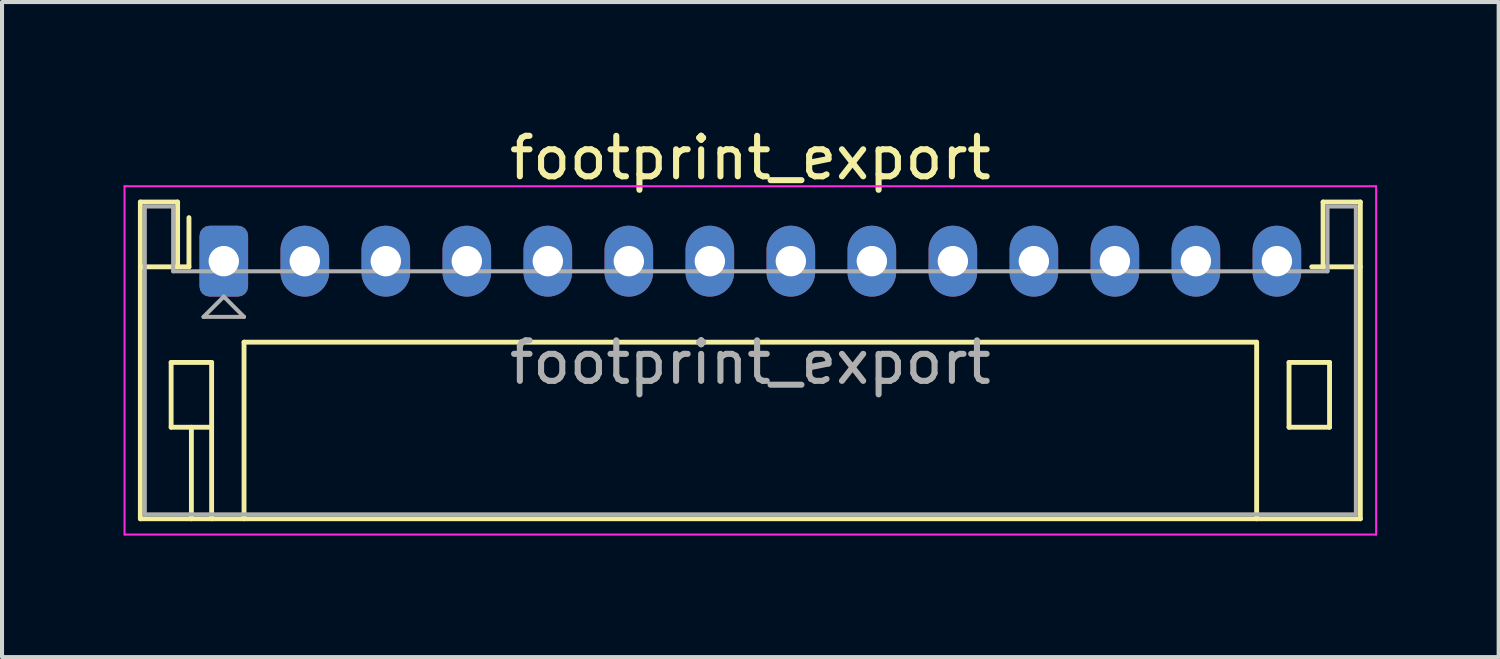
<source format=kicad_pcb>
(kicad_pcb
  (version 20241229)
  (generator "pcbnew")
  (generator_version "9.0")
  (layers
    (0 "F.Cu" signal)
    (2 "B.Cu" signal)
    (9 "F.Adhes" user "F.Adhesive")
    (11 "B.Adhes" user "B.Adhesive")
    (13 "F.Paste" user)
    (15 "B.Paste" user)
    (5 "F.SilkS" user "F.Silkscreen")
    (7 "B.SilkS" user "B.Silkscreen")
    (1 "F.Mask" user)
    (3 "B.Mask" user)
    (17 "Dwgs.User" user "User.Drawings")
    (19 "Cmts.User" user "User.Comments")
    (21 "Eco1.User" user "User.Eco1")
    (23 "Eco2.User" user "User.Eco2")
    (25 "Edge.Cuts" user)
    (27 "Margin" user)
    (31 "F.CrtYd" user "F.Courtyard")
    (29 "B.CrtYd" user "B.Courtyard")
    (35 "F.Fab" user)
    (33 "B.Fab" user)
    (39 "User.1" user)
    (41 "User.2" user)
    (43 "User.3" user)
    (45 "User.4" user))
  (footprint "footprint_export"
    (layer "F.Cu")
    (at 2.475 3.398)
    (property "Reference" "footprint_export" (at 13 -2.55 0) (layer "F.SilkS") (effects (font (size 1 1) (thickness 0.15))))
    (attr through_hole)
    (fp_line (start -2.06 -1.46) (end -2.06 6.36) (stroke (width 0.12) (type solid)) (layer "F.SilkS"))
    (fp_line (start -2.06 0.14) (end -1.14 0.14) (stroke (width 0.12) (type solid)) (layer "F.SilkS"))
    (fp_line (start -2.06 6.36) (end 28.06 6.36) (stroke (width 0.12) (type solid)) (layer "F.SilkS"))
    (fp_line (start -1.3 2.5) (end -1.3 4.1) (stroke (width 0.12) (type solid)) (layer "F.SilkS"))
    (fp_line (start -1.3 4.1) (end -0.3 4.1) (stroke (width 0.12) (type solid)) (layer "F.SilkS"))
    (fp_line (start -1.14 -1.46) (end -2.06 -1.46) (stroke (width 0.12) (type solid)) (layer "F.SilkS"))
    (fp_line (start -1.14 0.14) (end -1.14 -1.46) (stroke (width 0.12) (type solid)) (layer "F.SilkS"))
    (fp_line (start -0.86 0.14) (end -1.14 0.14) (stroke (width 0.12) (type solid)) (layer "F.SilkS"))
    (fp_line (start -0.86 0.14) (end -0.86 -1.075) (stroke (width 0.12) (type solid)) (layer "F.SilkS"))
    (fp_line (start -0.8 4.1) (end -0.8 6.36) (stroke (width 0.12) (type solid)) (layer "F.SilkS"))
    (fp_line (start -0.3 2.5) (end -1.3 2.5) (stroke (width 0.12) (type solid)) (layer "F.SilkS"))
    (fp_line (start -0.3 4.1) (end -0.3 2.5) (stroke (width 0.12) (type solid)) (layer "F.SilkS"))
    (fp_line (start -0.3 4.1) (end -0.3 6.36) (stroke (width 0.12) (type solid)) (layer "F.SilkS"))
    (fp_line (start 0.5 2) (end 25.5 2) (stroke (width 0.12) (type solid)) (layer "F.SilkS"))
    (fp_line (start 0.5 6.36) (end 0.5 2) (stroke (width 0.12) (type solid)) (layer "F.SilkS"))
    (fp_line (start 25.5 2) (end 25.5 6.36) (stroke (width 0.12) (type solid)) (layer "F.SilkS"))
    (fp_line (start 26.3 2.5) (end 27.3 2.5) (stroke (width 0.12) (type solid)) (layer "F.SilkS"))
    (fp_line (start 26.3 4.1) (end 26.3 2.5) (stroke (width 0.12) (type solid)) (layer "F.SilkS"))
    (fp_line (start 27.14 -1.46) (end 27.14 0.14) (stroke (width 0.12) (type solid)) (layer "F.SilkS"))
    (fp_line (start 27.14 0.14) (end 26.86 0.14) (stroke (width 0.12) (type solid)) (layer "F.SilkS"))
    (fp_line (start 27.3 2.5) (end 27.3 4.1) (stroke (width 0.12) (type solid)) (layer "F.SilkS"))
    (fp_line (start 27.3 4.1) (end 26.3 4.1) (stroke (width 0.12) (type solid)) (layer "F.SilkS"))
    (fp_line (start 28.06 -1.46) (end 27.14 -1.46) (stroke (width 0.12) (type solid)) (layer "F.SilkS"))
    (fp_line (start 28.06 0.14) (end 27.14 0.14) (stroke (width 0.12) (type solid)) (layer "F.SilkS"))
    (fp_line (start 28.06 6.36) (end 28.06 -1.46) (stroke (width 0.12) (type solid)) (layer "F.SilkS"))
    (fp_line (start -2.45 -1.85) (end -2.45 6.75) (stroke (width 0.05) (type solid)) (layer "F.CrtYd"))
    (fp_line (start -2.45 6.75) (end 28.45 6.75) (stroke (width 0.05) (type solid)) (layer "F.CrtYd"))
    (fp_line (start 28.45 -1.85) (end -2.45 -1.85) (stroke (width 0.05) (type solid)) (layer "F.CrtYd"))
    (fp_line (start 28.45 6.75) (end 28.45 -1.85) (stroke (width 0.05) (type solid)) (layer "F.CrtYd"))
    (fp_line (start -1.95 -1.35) (end -1.95 6.25) (stroke (width 0.1) (type solid)) (layer "F.Fab"))
    (fp_line (start -1.95 6.25) (end 27.95 6.25) (stroke (width 0.1) (type solid)) (layer "F.Fab"))
    (fp_line (start -1.25 -1.35) (end -1.95 -1.35) (stroke (width 0.1) (type solid)) (layer "F.Fab"))
    (fp_line (start -1.25 0.25) (end -1.25 -1.35) (stroke (width 0.1) (type solid)) (layer "F.Fab"))
    (fp_line (start -0.5 1.375) (end 0.5 1.375) (stroke (width 0.1) (type solid)) (layer "F.Fab"))
    (fp_line (start 0 0.875) (end -0.5 1.375) (stroke (width 0.1) (type solid)) (layer "F.Fab"))
    (fp_line (start 0.5 1.375) (end 0 0.875) (stroke (width 0.1) (type solid)) (layer "F.Fab"))
    (fp_line (start 27.25 -1.35) (end 27.25 0.25) (stroke (width 0.1) (type solid)) (layer "F.Fab"))
    (fp_line (start 27.25 0.25) (end -1.25 0.25) (stroke (width 0.1) (type solid)) (layer "F.Fab"))
    (fp_line (start 27.95 -1.35) (end 27.25 -1.35) (stroke (width 0.1) (type solid)) (layer "F.Fab"))
    (fp_line (start 27.95 6.25) (end 27.95 -1.35) (stroke (width 0.1) (type solid)) (layer "F.Fab"))
    (fp_text user "${REFERENCE}" (at 13 2.5 0) (layer "F.Fab") (effects (font (size 1 1) (thickness 0.15))))
    (pad "1" thru_hole roundrect (at 0 0) (size 1.2 1.75) (drill 0.75) (layers "*.Cu" "*.Mask") (roundrect_rratio 0.208))
    (pad "2" thru_hole oval (at 2 0) (size 1.2 1.75) (drill 0.75) (layers "*.Cu" "*.Mask"))
    (pad "3" thru_hole oval (at 4 0) (size 1.2 1.75) (drill 0.75) (layers "*.Cu" "*.Mask"))
    (pad "4" thru_hole oval (at 6 0) (size 1.2 1.75) (drill 0.75) (layers "*.Cu" "*.Mask"))
    (pad "5" thru_hole oval (at 8 0) (size 1.2 1.75) (drill 0.75) (layers "*.Cu" "*.Mask"))
    (pad "6" thru_hole oval (at 10 0) (size 1.2 1.75) (drill 0.75) (layers "*.Cu" "*.Mask"))
    (pad "7" thru_hole oval (at 12 0) (size 1.2 1.75) (drill 0.75) (layers "*.Cu" "*.Mask"))
    (pad "8" thru_hole oval (at 14 0) (size 1.2 1.75) (drill 0.75) (layers "*.Cu" "*.Mask"))
    (pad "9" thru_hole oval (at 16 0) (size 1.2 1.75) (drill 0.75) (layers "*.Cu" "*.Mask"))
    (pad "10" thru_hole oval (at 18 0) (size 1.2 1.75) (drill 0.75) (layers "*.Cu" "*.Mask"))
    (pad "11" thru_hole oval (at 20 0) (size 1.2 1.75) (drill 0.75) (layers "*.Cu" "*.Mask"))
    (pad "12" thru_hole oval (at 22 0) (size 1.2 1.75) (drill 0.75) (layers "*.Cu" "*.Mask"))
    (pad "13" thru_hole oval (at 24 0) (size 1.2 1.75) (drill 0.75) (layers "*.Cu" "*.Mask"))
    (pad "14" thru_hole oval (at 26 0) (size 1.2 1.75) (drill 0.75) (layers "*.Cu" "*.Mask")))
  (gr_rect
    (start -3 -3)
    (end 33.95 13.173)
    (stroke (width 0.1) (type default))
    (fill no)
    (layer "Edge.Cuts")))
</source>
